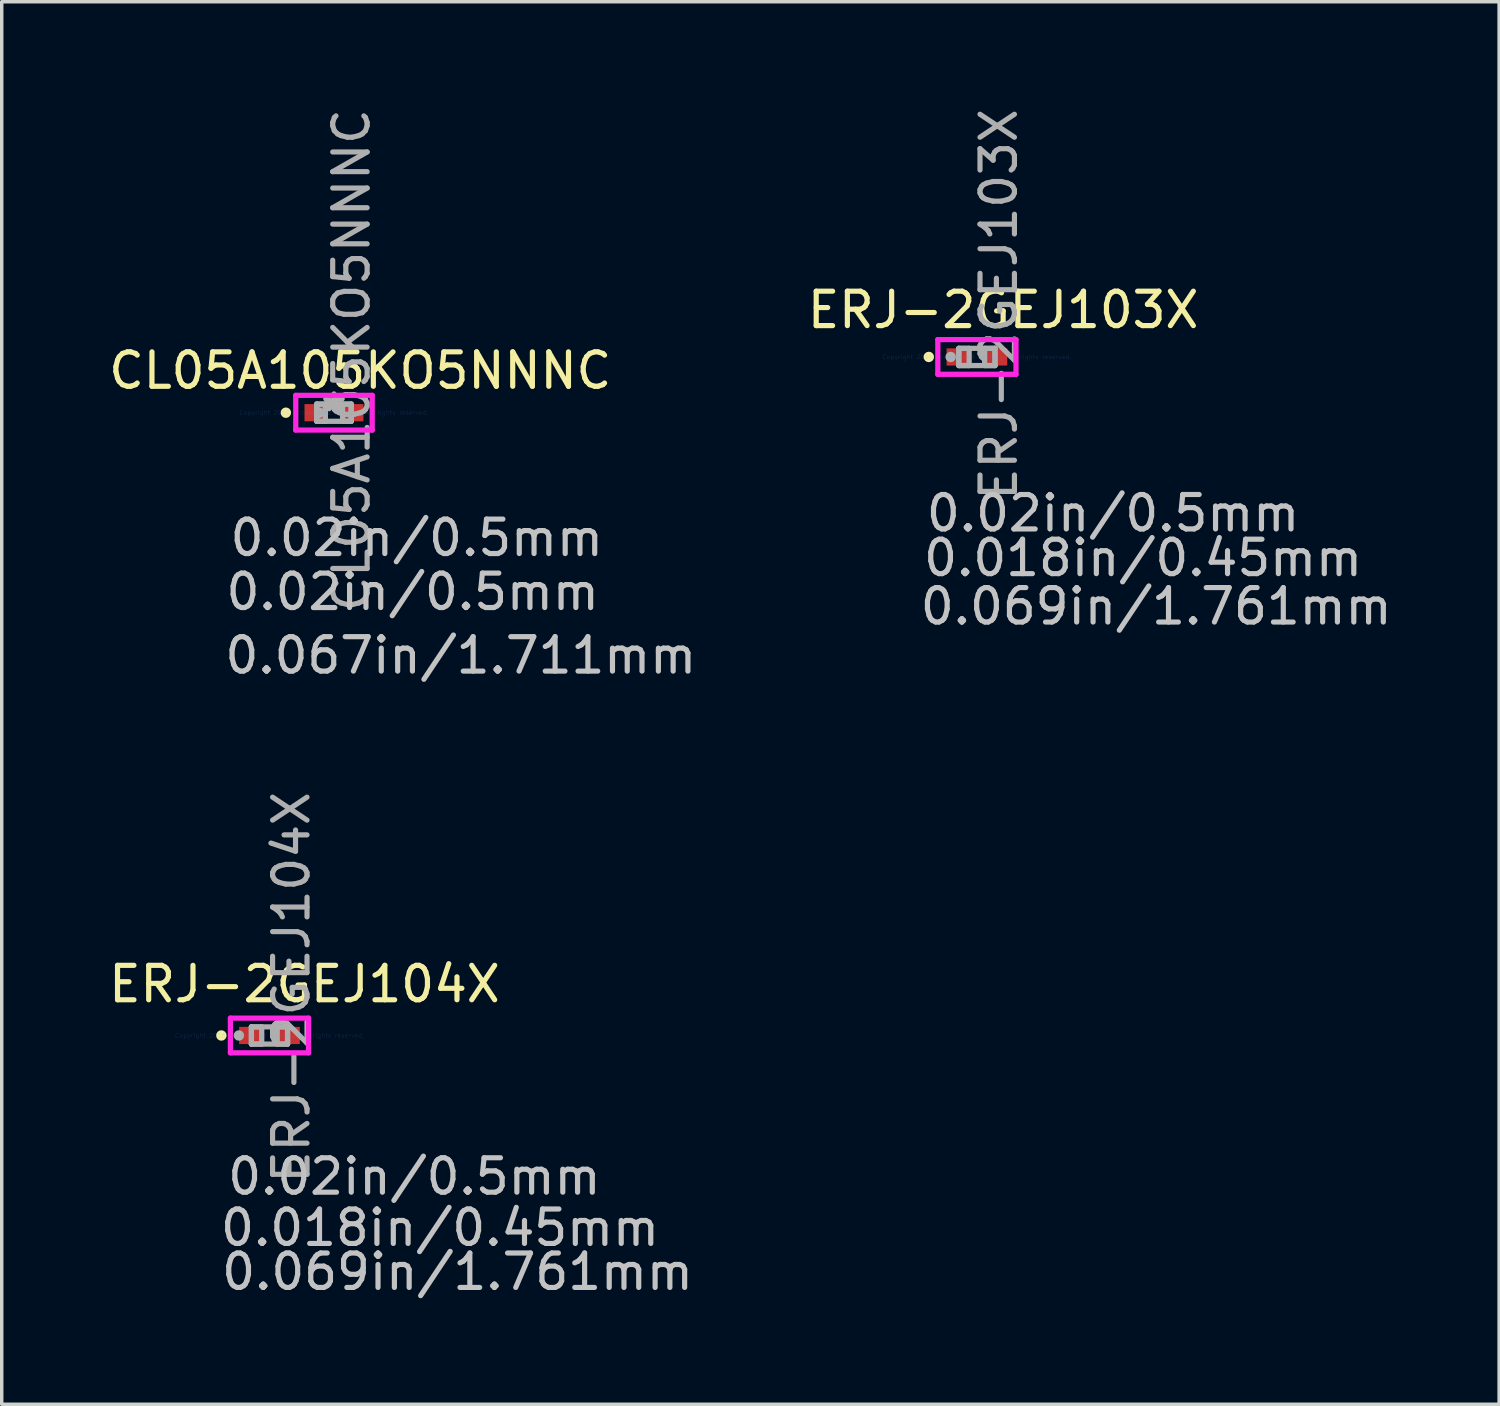
<source format=kicad_pcb>
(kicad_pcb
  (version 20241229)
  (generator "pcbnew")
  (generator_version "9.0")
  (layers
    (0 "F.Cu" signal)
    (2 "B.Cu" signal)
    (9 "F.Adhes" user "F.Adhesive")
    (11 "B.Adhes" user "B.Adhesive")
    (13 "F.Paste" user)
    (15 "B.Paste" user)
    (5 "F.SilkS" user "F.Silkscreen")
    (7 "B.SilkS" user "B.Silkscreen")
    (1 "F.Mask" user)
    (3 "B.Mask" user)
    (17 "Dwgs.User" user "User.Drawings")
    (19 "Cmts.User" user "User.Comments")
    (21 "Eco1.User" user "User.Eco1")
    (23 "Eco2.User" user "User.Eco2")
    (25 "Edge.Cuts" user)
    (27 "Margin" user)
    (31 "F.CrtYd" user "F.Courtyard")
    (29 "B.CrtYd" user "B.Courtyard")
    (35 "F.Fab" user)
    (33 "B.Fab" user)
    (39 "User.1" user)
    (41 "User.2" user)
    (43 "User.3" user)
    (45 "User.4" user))
  (footprint "CL05A105KO5NNNC"
    (layer "F.Cu")
    (at 6.649 8.935)
    (property "Reference" "CL05A105KO5NNNC" (at 0.762 -1.222 0) (layer "F.SilkS") (effects (font (size 1 1) (thickness 0.15))))
    (attr through_hole)
    (fp_circle (center -1.397 0) (end -1.321 0) (stroke (width 0.152) (type solid)) (fill no) (layer "F.SilkS"))
    (fp_line (start -1.11 -0.504) (end 1.11 -0.504) (stroke (width 0.152) (type solid)) (layer "F.CrtYd"))
    (fp_line (start -1.11 0.504) (end -1.11 -0.504) (stroke (width 0.152) (type solid)) (layer "F.CrtYd"))
    (fp_line (start 1.11 -0.504) (end 1.11 0.504) (stroke (width 0.152) (type solid)) (layer "F.CrtYd"))
    (fp_line (start 1.11 0.504) (end -1.11 0.504) (stroke (width 0.152) (type solid)) (layer "F.CrtYd"))
    (fp_line (start -0.5 -0.25) (end -0.5 0.25) (stroke (width 0.152) (type solid)) (layer "F.Fab"))
    (fp_line (start -0.5 -0.25) (end -0.5 0.25) (stroke (width 0.152) (type solid)) (layer "F.Fab"))
    (fp_line (start -0.5 0.25) (end -0.25 0.25) (stroke (width 0.152) (type solid)) (layer "F.Fab"))
    (fp_line (start -0.5 0.25) (end 0.5 0.25) (stroke (width 0.152) (type solid)) (layer "F.Fab"))
    (fp_line (start -0.25 -0.25) (end -0.5 -0.25) (stroke (width 0.152) (type solid)) (layer "F.Fab"))
    (fp_line (start -0.25 0.25) (end -0.25 -0.25) (stroke (width 0.152) (type solid)) (layer "F.Fab"))
    (fp_line (start 0.25 -0.25) (end 0.25 0.25) (stroke (width 0.152) (type solid)) (layer "F.Fab"))
    (fp_line (start 0.25 0.25) (end 0.5 0.25) (stroke (width 0.152) (type solid)) (layer "F.Fab"))
    (fp_line (start 0.5 -0.25) (end -0.5 -0.25) (stroke (width 0.152) (type solid)) (layer "F.Fab"))
    (fp_line (start 0.5 -0.25) (end 0.25 -0.25) (stroke (width 0.152) (type solid)) (layer "F.Fab"))
    (fp_line (start 0.5 0.25) (end 0.5 -0.25) (stroke (width 0.152) (type solid)) (layer "F.Fab"))
    (fp_line (start 0.5 0.25) (end 0.5 -0.25) (stroke (width 0.152) (type solid)) (layer "F.Fab"))
    (fp_circle (center -0.426 0) (end -0.426 0) (stroke (width 0.152) (type solid)) (fill no) (layer "F.Fab"))
    (fp_text user "0.067in/1.711mm" (at 3.683 7.049 0) (layer "Dwgs.User") (effects (font (size 1 1) (thickness 0.15))))
    (fp_text user "0.02in/0.5mm" (at 2.405 3.635 0) (layer "Dwgs.User") (effects (font (size 1 1) (thickness 0.15))))
    (fp_text user "0.02in/0.5mm" (at 2.286 5.203 0) (layer "Dwgs.User") (effects (font (size 1 1) (thickness 0.15))))
    (fp_text user "Copyright 2016 Accelerated Designs. All rights reserved." (at 0 0 0) (layer "Cmts.User") (effects (font (size 0.127 0.127) (thickness 0.002))))
    (fp_text user "*" (at 0 0 0) (layer "F.Fab") (effects (font (size 1 1) (thickness 0.15))))
    (fp_text user "${REFERENCE}" (at 0.508 -1.524 90) (layer "F.Fab") (effects (font (size 1 1) (thickness 0.15))))
    (pad "1" smd rect (at -0.553 0) (size 0.606 0.5) (layers "F.Cu" "F.Mask" "F.Paste"))
    (pad "2" smd rect (at 0.553 0) (size 0.606 0.5) (layers "F.Cu" "F.Mask" "F.Paste")))
  (footprint "ERJ-2GEJ103X"
    (layer "F.Cu")
    (at 25.32 7.316)
    (property "Reference" "ERJ-2GEJ103X" (at 0.762 -1.365 0) (layer "F.SilkS") (effects (font (size 1 1) (thickness 0.15))))
    (attr through_hole)
    (fp_circle (center -1.397 0) (end -1.321 0) (stroke (width 0.152) (type solid)) (fill no) (layer "F.SilkS"))
    (fp_line (start -1.135 -0.504) (end 1.135 -0.504) (stroke (width 0.152) (type solid)) (layer "F.CrtYd"))
    (fp_line (start -1.135 0.504) (end -1.135 -0.504) (stroke (width 0.152) (type solid)) (layer "F.CrtYd"))
    (fp_line (start 1.135 -0.504) (end 1.135 0.504) (stroke (width 0.152) (type solid)) (layer "F.CrtYd"))
    (fp_line (start 1.135 0.504) (end -1.135 0.504) (stroke (width 0.152) (type solid)) (layer "F.CrtYd"))
    (fp_line (start -0.525 -0.25) (end -0.525 0.25) (stroke (width 0.152) (type solid)) (layer "F.Fab"))
    (fp_line (start -0.525 -0.25) (end -0.525 0.25) (stroke (width 0.152) (type solid)) (layer "F.Fab"))
    (fp_line (start -0.525 0.25) (end -0.225 0.25) (stroke (width 0.152) (type solid)) (layer "F.Fab"))
    (fp_line (start -0.525 0.25) (end 0.525 0.25) (stroke (width 0.152) (type solid)) (layer "F.Fab"))
    (fp_line (start -0.225 -0.25) (end -0.525 -0.25) (stroke (width 0.152) (type solid)) (layer "F.Fab"))
    (fp_line (start -0.225 0.25) (end -0.225 -0.25) (stroke (width 0.152) (type solid)) (layer "F.Fab"))
    (fp_line (start 0.225 -0.25) (end 0.225 0.25) (stroke (width 0.152) (type solid)) (layer "F.Fab"))
    (fp_line (start 0.225 0.25) (end 0.525 0.25) (stroke (width 0.152) (type solid)) (layer "F.Fab"))
    (fp_line (start 0.525 -0.25) (end -0.525 -0.25) (stroke (width 0.152) (type solid)) (layer "F.Fab"))
    (fp_line (start 0.525 -0.25) (end 0.225 -0.25) (stroke (width 0.152) (type solid)) (layer "F.Fab"))
    (fp_line (start 0.525 0.25) (end 0.525 -0.25) (stroke (width 0.152) (type solid)) (layer "F.Fab"))
    (fp_line (start 0.525 0.25) (end 0.525 -0.25) (stroke (width 0.152) (type solid)) (layer "F.Fab"))
    (fp_circle (center -0.762 0) (end -0.686 0) (stroke (width 0.152) (type solid)) (fill no) (layer "F.Fab"))
    (fp_text user "0.018in/0.45mm" (at 4.826 5.838 0) (layer "Dwgs.User") (effects (font (size 1 1) (thickness 0.15))))
    (fp_text user "0.02in/0.5mm" (at 3.954 4.54 0) (layer "Dwgs.User") (effects (font (size 1 1) (thickness 0.15))))
    (fp_text user "0.069in/1.761mm" (at 5.207 7.243 0) (layer "Dwgs.User") (effects (font (size 1 1) (thickness 0.15))))
    (fp_text user "Copyright 2016 Accelerated Designs. All rights reserved." (at 0 0 0) (layer "Cmts.User") (effects (font (size 0.127 0.127) (thickness 0.002))))
    (fp_text user "${REFERENCE}" (at 0.635 -1.524 90) (layer "F.Fab") (effects (font (size 1 1) (thickness 0.15))))
    (pad "1" smd rect (at -0.553 0) (size 0.656 0.5) (layers "F.Cu" "F.Mask" "F.Paste"))
    (pad "2" smd rect (at 0.553 0) (size 0.656 0.5) (layers "F.Cu" "F.Mask" "F.Paste")))
  (footprint "ERJ-2GEJ104X"
    (layer "F.Cu")
    (at 4.776 27.021)
    (property "Reference" "ERJ-2GEJ104X" (at 1.016 -1.492 0) (layer "F.SilkS") (effects (font (size 1 1) (thickness 0.15))))
    (attr through_hole)
    (fp_circle (center -1.397 0) (end -1.321 0) (stroke (width 0.152) (type solid)) (fill no) (layer "F.SilkS"))
    (fp_line (start -1.135 -0.504) (end 1.135 -0.504) (stroke (width 0.152) (type solid)) (layer "F.CrtYd"))
    (fp_line (start -1.135 0.504) (end -1.135 -0.504) (stroke (width 0.152) (type solid)) (layer "F.CrtYd"))
    (fp_line (start 1.135 -0.504) (end 1.135 0.504) (stroke (width 0.152) (type solid)) (layer "F.CrtYd"))
    (fp_line (start 1.135 0.504) (end -1.135 0.504) (stroke (width 0.152) (type solid)) (layer "F.CrtYd"))
    (fp_line (start -0.525 -0.25) (end -0.525 0.25) (stroke (width 0.152) (type solid)) (layer "F.Fab"))
    (fp_line (start -0.525 -0.25) (end -0.525 0.25) (stroke (width 0.152) (type solid)) (layer "F.Fab"))
    (fp_line (start -0.525 0.25) (end -0.225 0.25) (stroke (width 0.152) (type solid)) (layer "F.Fab"))
    (fp_line (start -0.525 0.25) (end 0.525 0.25) (stroke (width 0.152) (type solid)) (layer "F.Fab"))
    (fp_line (start -0.225 -0.25) (end -0.525 -0.25) (stroke (width 0.152) (type solid)) (layer "F.Fab"))
    (fp_line (start -0.225 0.25) (end -0.225 -0.25) (stroke (width 0.152) (type solid)) (layer "F.Fab"))
    (fp_line (start 0.225 -0.25) (end 0.225 0.25) (stroke (width 0.152) (type solid)) (layer "F.Fab"))
    (fp_line (start 0.225 0.25) (end 0.525 0.25) (stroke (width 0.152) (type solid)) (layer "F.Fab"))
    (fp_line (start 0.525 -0.25) (end -0.525 -0.25) (stroke (width 0.152) (type solid)) (layer "F.Fab"))
    (fp_line (start 0.525 -0.25) (end 0.225 -0.25) (stroke (width 0.152) (type solid)) (layer "F.Fab"))
    (fp_line (start 0.525 0.25) (end 0.525 -0.25) (stroke (width 0.152) (type solid)) (layer "F.Fab"))
    (fp_line (start 0.525 0.25) (end 0.525 -0.25) (stroke (width 0.152) (type solid)) (layer "F.Fab"))
    (fp_circle (center -0.889 0) (end -0.813 0) (stroke (width 0.152) (type solid)) (fill no) (layer "F.Fab"))
    (fp_text user "0.02in/0.5mm" (at 4.208 4.096 0) (layer "Dwgs.User") (effects (font (size 1 1) (thickness 0.15))))
    (fp_text user "0.018in/0.45mm" (at 4.953 5.584 0) (layer "Dwgs.User") (effects (font (size 1 1) (thickness 0.15))))
    (fp_text user "0.069in/1.761mm" (at 5.461 6.862 0) (layer "Dwgs.User") (effects (font (size 1 1) (thickness 0.15))))
    (fp_text user "Copyright 2016 Accelerated Designs. All rights reserved." (at 0 0 0) (layer "Cmts.User") (effects (font (size 0.127 0.127) (thickness 0.002))))
    (fp_text user "${REFERENCE}" (at 0.635 -1.397 90) (layer "F.Fab") (effects (font (size 1 1) (thickness 0.15))))
    (pad "1" smd rect (at -0.553 0) (size 0.656 0.5) (layers "F.Cu" "F.Mask" "F.Paste"))
    (pad "2" smd rect (at 0.553 0) (size 0.656 0.5) (layers "F.Cu" "F.Mask" "F.Paste")))
  (gr_rect
    (start -3 -3)
    (end 40.485 37.731)
    (stroke (width 0.1) (type default))
    (fill no)
    (layer "Edge.Cuts")))
</source>
